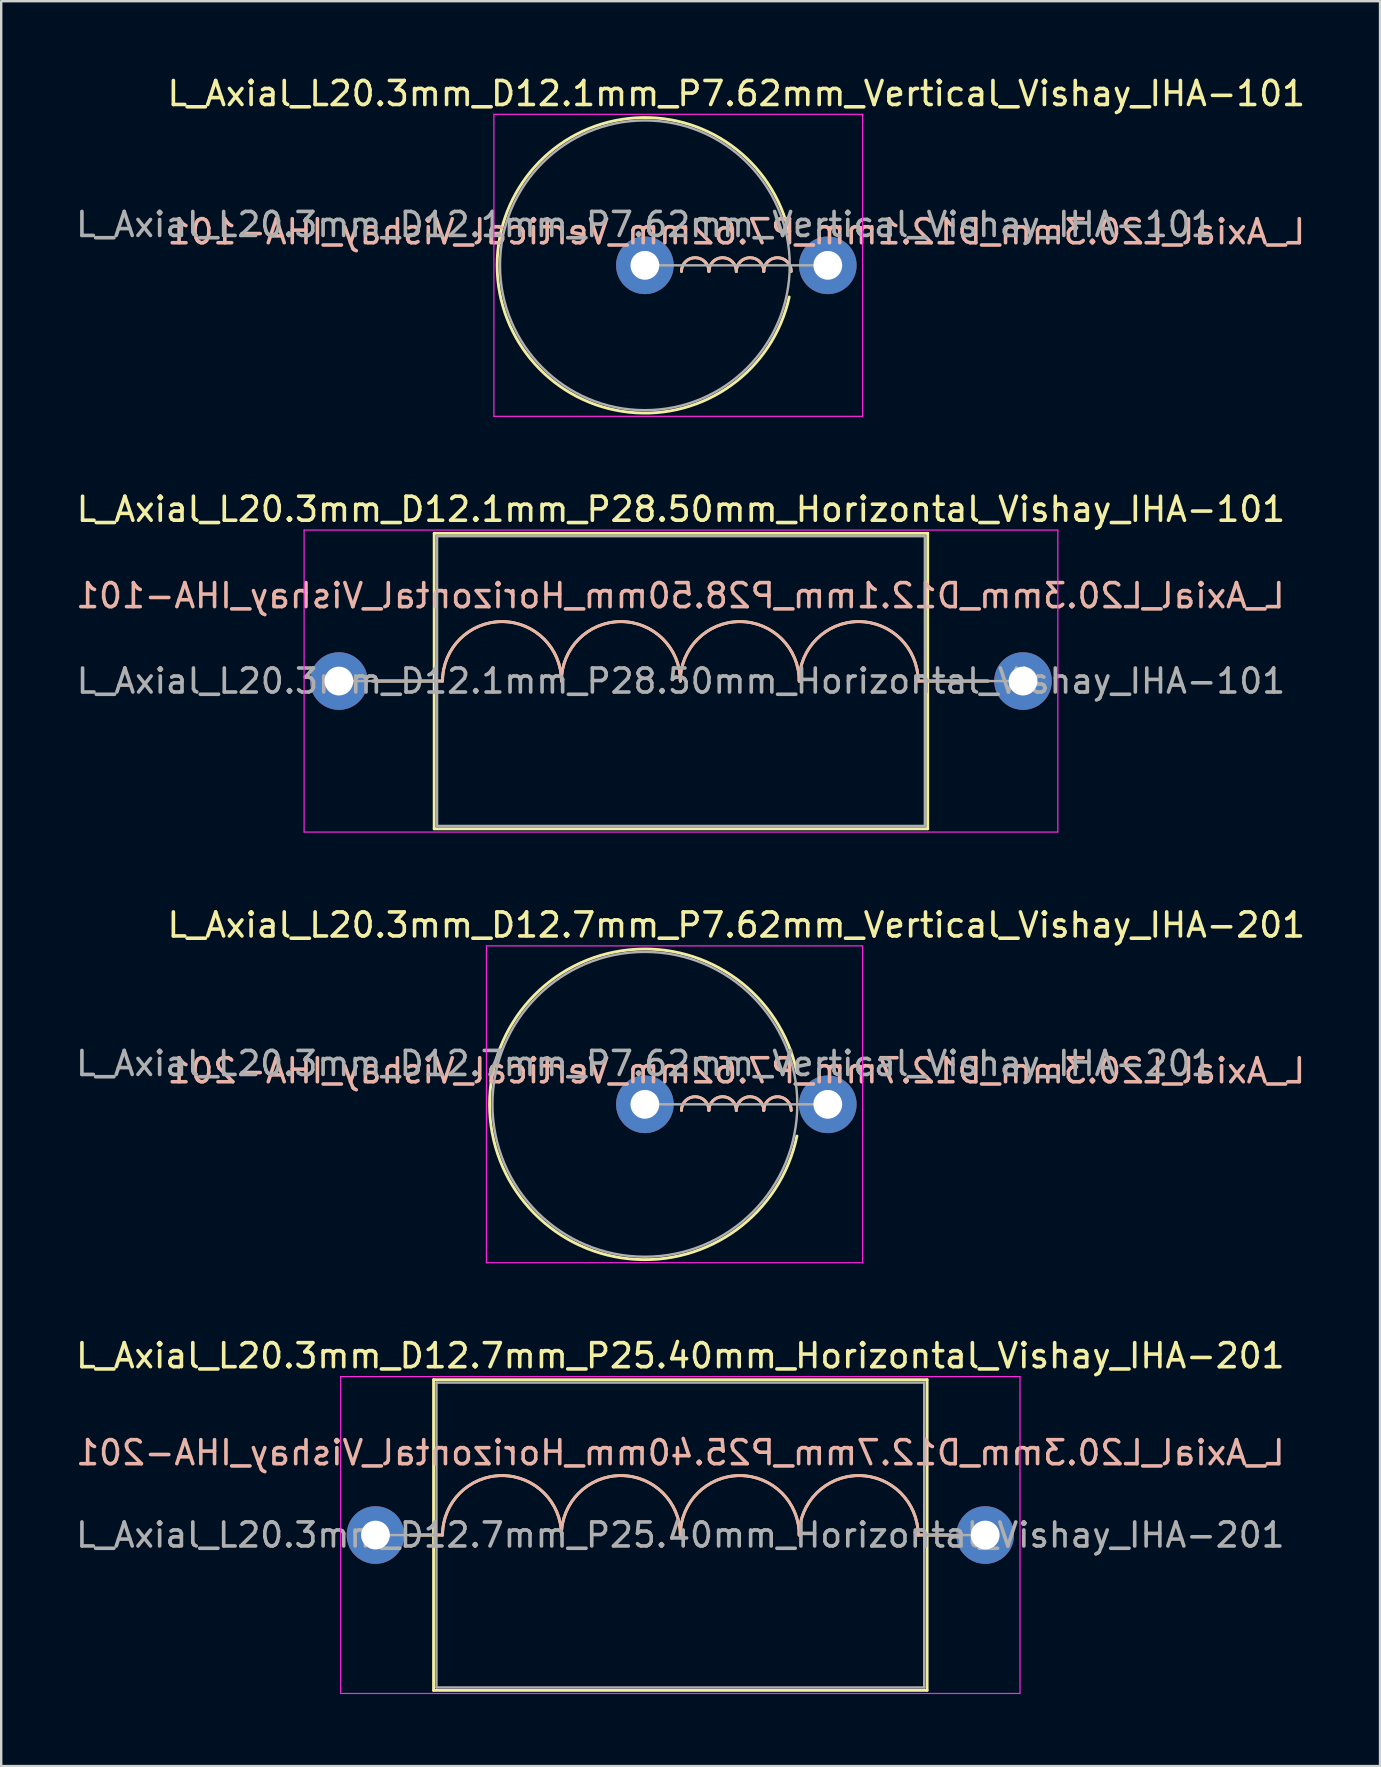
<source format=kicad_pcb>
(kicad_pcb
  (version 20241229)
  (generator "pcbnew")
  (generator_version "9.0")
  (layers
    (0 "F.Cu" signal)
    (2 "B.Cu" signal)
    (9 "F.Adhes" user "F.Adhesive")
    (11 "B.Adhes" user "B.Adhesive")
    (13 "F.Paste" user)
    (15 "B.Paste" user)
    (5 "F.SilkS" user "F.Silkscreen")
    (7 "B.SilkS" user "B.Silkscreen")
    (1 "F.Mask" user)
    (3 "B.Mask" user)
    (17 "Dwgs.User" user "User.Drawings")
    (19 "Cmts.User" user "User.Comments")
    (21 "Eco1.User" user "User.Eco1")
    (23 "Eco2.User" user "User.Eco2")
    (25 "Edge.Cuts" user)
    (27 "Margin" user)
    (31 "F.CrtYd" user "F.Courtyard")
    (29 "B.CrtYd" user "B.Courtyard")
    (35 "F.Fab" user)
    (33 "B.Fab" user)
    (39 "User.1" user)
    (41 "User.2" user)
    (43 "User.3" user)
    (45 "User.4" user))
  (footprint "L_Axial_L20.3mm_D12.7mm_P7.62mm_Vertical_Vishay_IHA-201"
    (layer "F.Cu")
    (at 23.815 42.955)
    (property "Reference" "L_Axial_L20.3mm_D12.7mm_P7.62mm_Vertical_Vishay_IHA-201" (at 3.81 -7.47 0) (layer "F.SilkS") (effects (font (size 1 1) (thickness 0.15))))
    (fp_arc (start 1.524 0.254) (mid 2.0955 -0.3175) (end 2.667 0.254) (stroke (width 0.12) (type solid)) (layer "F.SilkS"))
    (fp_arc (start 2.667 0.254) (mid 3.2385 -0.3175) (end 3.81 0.254) (stroke (width 0.12) (type solid)) (layer "F.SilkS"))
    (fp_arc (start 3.81 0.254) (mid 4.3815 -0.3175) (end 4.953 0.254) (stroke (width 0.12) (type solid)) (layer "F.SilkS"))
    (fp_arc (start 4.953 0.254) (mid 5.5245 -0.3175) (end 6.096 0.254) (stroke (width 0.12) (type solid)) (layer "F.SilkS"))
    (fp_arc (start 6.333917 1.32) (mid -6.47 0) (end 6.333917 -1.32) (stroke (width 0.12) (type solid)) (layer "F.SilkS"))
    (fp_arc (start 1.524 0.254) (mid 2.0955 -0.3175) (end 2.667 0.254) (stroke (width 0.12) (type solid)) (layer "B.SilkS"))
    (fp_arc (start 2.667 0.254) (mid 3.2385 -0.3175) (end 3.81 0.254) (stroke (width 0.12) (type solid)) (layer "B.SilkS"))
    (fp_arc (start 3.81 0.254) (mid 4.3815 -0.3175) (end 4.953 0.254) (stroke (width 0.12) (type solid)) (layer "B.SilkS"))
    (fp_arc (start 4.953 0.254) (mid 5.5245 -0.3175) (end 6.096 0.254) (stroke (width 0.12) (type solid)) (layer "B.SilkS"))
    (fp_line (start -6.6 -6.6) (end -6.6 6.6) (stroke (width 0.05) (type solid)) (layer "F.CrtYd"))
    (fp_line (start -6.6 6.6) (end 9.07 6.6) (stroke (width 0.05) (type solid)) (layer "F.CrtYd"))
    (fp_line (start 9.07 -6.6) (end -6.6 -6.6) (stroke (width 0.05) (type solid)) (layer "F.CrtYd"))
    (fp_line (start 9.07 6.6) (end 9.07 -6.6) (stroke (width 0.05) (type solid)) (layer "F.CrtYd"))
    (fp_line (start 0 0) (end 7.62 0) (stroke (width 0.1) (type solid)) (layer "F.Fab"))
    (fp_circle (center 0 0) (end 6.35 0) (stroke (width 0.1) (type solid)) (fill no) (layer "F.Fab"))
    (fp_text user "${REFERENCE}" (at 3.81 -1.397 0) (layer "B.SilkS") (effects (font (size 1 1) (thickness 0.15)) (justify mirror)))
    (fp_text user "${REFERENCE}" (at 0 -1.7 0) (layer "F.Fab") (effects (font (size 1 1) (thickness 0.15))))
    (pad "1" thru_hole circle (at 0 0) (size 2.4 2.4) (drill 1.2) (layers "*.Cu" "*.Mask"))
    (pad "2" thru_hole oval (at 7.62 0) (size 2.4 2.4) (drill 1.2) (layers "*.Cu" "*.Mask")))
  (footprint "L_Axial_L20.3mm_D12.7mm_P25.40mm_Horizontal_Vishay_IHA-201"
    (layer "F.Cu")
    (at 12.592 60.898)
    (property "Reference" "L_Axial_L20.3mm_D12.7mm_P25.40mm_Horizontal_Vishay_IHA-201" (at 12.7 -7.47 0) (layer "F.SilkS") (effects (font (size 1 1) (thickness 0.15))))
    (fp_line (start 1.44 0) (end 2.42 0) (stroke (width 0.12) (type solid)) (layer "F.SilkS"))
    (fp_line (start 2.42 -6.47) (end 2.42 6.47) (stroke (width 0.12) (type solid)) (layer "F.SilkS"))
    (fp_line (start 2.42 6.47) (end 22.98 6.47) (stroke (width 0.12) (type solid)) (layer "F.SilkS"))
    (fp_line (start 2.794 0) (end 2.42 0) (stroke (width 0.12) (type solid)) (layer "F.SilkS"))
    (fp_line (start 22.606 0) (end 22.98 0) (stroke (width 0.12) (type solid)) (layer "F.SilkS"))
    (fp_line (start 22.98 -6.47) (end 2.42 -6.47) (stroke (width 0.12) (type solid)) (layer "F.SilkS"))
    (fp_line (start 22.98 6.47) (end 22.98 -6.47) (stroke (width 0.12) (type solid)) (layer "F.SilkS"))
    (fp_line (start 23.96 0) (end 22.98 0) (stroke (width 0.12) (type solid)) (layer "F.SilkS"))
    (fp_arc (start 2.794 0) (mid 5.2705 -2.4765) (end 7.747 0) (stroke (width 0.12) (type solid)) (layer "F.SilkS"))
    (fp_arc (start 7.747 0) (mid 10.2235 -2.4765) (end 12.7 0) (stroke (width 0.12) (type solid)) (layer "F.SilkS"))
    (fp_arc (start 12.7 0) (mid 15.1765 -2.4765) (end 17.653 0) (stroke (width 0.12) (type solid)) (layer "F.SilkS"))
    (fp_arc (start 17.653 0) (mid 20.1295 -2.4765) (end 22.606 0) (stroke (width 0.12) (type solid)) (layer "F.SilkS"))
    (fp_line (start 1.44 0) (end 2.42 0) (stroke (width 0.12) (type solid)) (layer "B.SilkS"))
    (fp_line (start 2.794 0) (end 2.42 0) (stroke (width 0.12) (type solid)) (layer "B.SilkS"))
    (fp_line (start 22.606 0) (end 22.98 0) (stroke (width 0.12) (type solid)) (layer "B.SilkS"))
    (fp_line (start 23.96 0) (end 22.98 0) (stroke (width 0.12) (type solid)) (layer "B.SilkS"))
    (fp_arc (start 2.794 0) (mid 5.2705 -2.4765) (end 7.747 0) (stroke (width 0.12) (type solid)) (layer "B.SilkS"))
    (fp_arc (start 7.747 0) (mid 10.2235 -2.4765) (end 12.7 0) (stroke (width 0.12) (type solid)) (layer "B.SilkS"))
    (fp_arc (start 12.7 0) (mid 15.1765 -2.4765) (end 17.653 0) (stroke (width 0.12) (type solid)) (layer "B.SilkS"))
    (fp_arc (start 17.653 0) (mid 20.1295 -2.4765) (end 22.606 0) (stroke (width 0.12) (type solid)) (layer "B.SilkS"))
    (fp_line (start -1.45 -6.6) (end -1.45 6.6) (stroke (width 0.05) (type solid)) (layer "F.CrtYd"))
    (fp_line (start -1.45 6.6) (end 26.85 6.6) (stroke (width 0.05) (type solid)) (layer "F.CrtYd"))
    (fp_line (start 26.85 -6.6) (end -1.45 -6.6) (stroke (width 0.05) (type solid)) (layer "F.CrtYd"))
    (fp_line (start 26.85 6.6) (end 26.85 -6.6) (stroke (width 0.05) (type solid)) (layer "F.CrtYd"))
    (fp_line (start 0 0) (end 2.54 0) (stroke (width 0.1) (type solid)) (layer "F.Fab"))
    (fp_line (start 2.54 -6.35) (end 2.54 6.35) (stroke (width 0.1) (type solid)) (layer "F.Fab"))
    (fp_line (start 2.54 6.35) (end 22.86 6.35) (stroke (width 0.1) (type solid)) (layer "F.Fab"))
    (fp_line (start 22.86 -6.35) (end 2.54 -6.35) (stroke (width 0.1) (type solid)) (layer "F.Fab"))
    (fp_line (start 22.86 6.35) (end 22.86 -6.35) (stroke (width 0.1) (type solid)) (layer "F.Fab"))
    (fp_line (start 25.4 0) (end 22.86 0) (stroke (width 0.1) (type solid)) (layer "F.Fab"))
    (fp_text user "${REFERENCE}" (at 12.7 -3.429 0) (layer "B.SilkS") (effects (font (size 1 1) (thickness 0.15)) (justify mirror)))
    (fp_text user "${REFERENCE}" (at 12.7 0 0) (layer "F.Fab") (effects (font (size 1 1) (thickness 0.15))))
    (pad "1" thru_hole circle (at 0 0) (size 2.4 2.4) (drill 1.2) (layers "*.Cu" "*.Mask"))
    (pad "2" thru_hole oval (at 25.4 0) (size 2.4 2.4) (drill 1.2) (layers "*.Cu" "*.Mask")))
  (footprint "L_Axial_L20.3mm_D12.1mm_P28.50mm_Horizontal_Vishay_IHA-101"
    (layer "F.Cu")
    (at 11.068 25.322)
    (property "Reference" "L_Axial_L20.3mm_D12.1mm_P28.50mm_Horizontal_Vishay_IHA-101" (at 14.25 -7.155 0) (layer "F.SilkS") (effects (font (size 1 1) (thickness 0.15))))
    (fp_line (start 1.44 0) (end 3.97 0) (stroke (width 0.12) (type solid)) (layer "F.SilkS"))
    (fp_line (start 3.97 -6.155) (end 3.97 6.155) (stroke (width 0.12) (type solid)) (layer "F.SilkS"))
    (fp_line (start 3.97 6.155) (end 24.53 6.155) (stroke (width 0.12) (type solid)) (layer "F.SilkS"))
    (fp_line (start 4.318 0) (end 3.97 0) (stroke (width 0.12) (type solid)) (layer "F.SilkS"))
    (fp_line (start 24.13 0) (end 24.511 0) (stroke (width 0.12) (type solid)) (layer "F.SilkS"))
    (fp_line (start 24.53 -6.155) (end 3.97 -6.155) (stroke (width 0.12) (type solid)) (layer "F.SilkS"))
    (fp_line (start 24.53 6.155) (end 24.53 -6.155) (stroke (width 0.12) (type solid)) (layer "F.SilkS"))
    (fp_line (start 27.06 0) (end 24.53 0) (stroke (width 0.12) (type solid)) (layer "F.SilkS"))
    (fp_arc (start 4.318 0) (mid 6.7945 -2.4765) (end 9.271 0) (stroke (width 0.12) (type solid)) (layer "F.SilkS"))
    (fp_arc (start 9.271 0) (mid 11.7475 -2.4765) (end 14.224 0) (stroke (width 0.12) (type solid)) (layer "F.SilkS"))
    (fp_arc (start 14.224 0) (mid 16.7005 -2.4765) (end 19.177 0) (stroke (width 0.12) (type solid)) (layer "F.SilkS"))
    (fp_arc (start 19.177 0) (mid 21.6535 -2.4765) (end 24.13 0) (stroke (width 0.12) (type solid)) (layer "F.SilkS"))
    (fp_line (start 1.388 0) (end 3.918 0) (stroke (width 0.12) (type solid)) (layer "B.SilkS"))
    (fp_line (start 4.318 0) (end 3.937 0) (stroke (width 0.12) (type solid)) (layer "B.SilkS"))
    (fp_line (start 24.13 0) (end 24.478 0) (stroke (width 0.12) (type solid)) (layer "B.SilkS"))
    (fp_line (start 27.008 0) (end 24.478 0) (stroke (width 0.12) (type solid)) (layer "B.SilkS"))
    (fp_arc (start 4.318 0) (mid 6.7945 -2.4765) (end 9.271 0) (stroke (width 0.12) (type solid)) (layer "B.SilkS"))
    (fp_arc (start 9.271 0) (mid 11.7475 -2.4765) (end 14.224 0) (stroke (width 0.12) (type solid)) (layer "B.SilkS"))
    (fp_arc (start 14.224 0) (mid 16.7005 -2.4765) (end 19.177 0) (stroke (width 0.12) (type solid)) (layer "B.SilkS"))
    (fp_arc (start 19.177 0) (mid 21.6535 -2.4765) (end 24.13 0) (stroke (width 0.12) (type solid)) (layer "B.SilkS"))
    (fp_line (start -1.45 -6.29) (end -1.45 6.29) (stroke (width 0.05) (type solid)) (layer "F.CrtYd"))
    (fp_line (start -1.45 6.29) (end 29.95 6.29) (stroke (width 0.05) (type solid)) (layer "F.CrtYd"))
    (fp_line (start 29.95 -6.29) (end -1.45 -6.29) (stroke (width 0.05) (type solid)) (layer "F.CrtYd"))
    (fp_line (start 29.95 6.29) (end 29.95 -6.29) (stroke (width 0.05) (type solid)) (layer "F.CrtYd"))
    (fp_line (start 0 0) (end 4.09 0) (stroke (width 0.1) (type solid)) (layer "F.Fab"))
    (fp_line (start 4.09 -6.035) (end 4.09 6.035) (stroke (width 0.1) (type solid)) (layer "F.Fab"))
    (fp_line (start 4.09 6.035) (end 24.41 6.035) (stroke (width 0.1) (type solid)) (layer "F.Fab"))
    (fp_line (start 24.41 -6.035) (end 4.09 -6.035) (stroke (width 0.1) (type solid)) (layer "F.Fab"))
    (fp_line (start 24.41 6.035) (end 24.41 -6.035) (stroke (width 0.1) (type solid)) (layer "F.Fab"))
    (fp_line (start 28.5 0) (end 24.41 0) (stroke (width 0.1) (type solid)) (layer "F.Fab"))
    (fp_text user "${REFERENCE}" (at 14.224 -3.556 0) (layer "B.SilkS") (effects (font (size 1 1) (thickness 0.15)) (justify mirror)))
    (fp_text user "${REFERENCE}" (at 14.25 0 0) (layer "F.Fab") (effects (font (size 1 1) (thickness 0.15))))
    (pad "1" thru_hole circle (at 0 0) (size 2.4 2.4) (drill 1.2) (layers "*.Cu" "*.Mask"))
    (pad "2" thru_hole oval (at 28.5 0) (size 2.4 2.4) (drill 1.2) (layers "*.Cu" "*.Mask")))
  (footprint "L_Axial_L20.3mm_D12.1mm_P7.62mm_Vertical_Vishay_IHA-101"
    (layer "F.Cu")
    (at 23.815 8.003)
    (property "Reference" "L_Axial_L20.3mm_D12.1mm_P7.62mm_Vertical_Vishay_IHA-101" (at 3.81 -7.155 0) (layer "F.SilkS") (effects (font (size 1 1) (thickness 0.15))))
    (fp_arc (start 1.524 0.254) (mid 2.0955 -0.3175) (end 2.667 0.254) (stroke (width 0.12) (type solid)) (layer "F.SilkS"))
    (fp_arc (start 2.667 0.254) (mid 3.2385 -0.3175) (end 3.81 0.254) (stroke (width 0.12) (type solid)) (layer "F.SilkS"))
    (fp_arc (start 3.81 0.254) (mid 4.3815 -0.3175) (end 4.953 0.254) (stroke (width 0.12) (type solid)) (layer "F.SilkS"))
    (fp_arc (start 4.953 0.254) (mid 5.5245 -0.3175) (end 6.096 0.254) (stroke (width 0.12) (type solid)) (layer "F.SilkS"))
    (fp_arc (start 6.01179 1.32) (mid -6.155 0) (end 6.01179 -1.32) (stroke (width 0.12) (type solid)) (layer "F.SilkS"))
    (fp_arc (start 1.524 0.254) (mid 2.0955 -0.3175) (end 2.667 0.254) (stroke (width 0.12) (type solid)) (layer "B.SilkS"))
    (fp_arc (start 2.667 0.254) (mid 3.2385 -0.3175) (end 3.81 0.254) (stroke (width 0.12) (type solid)) (layer "B.SilkS"))
    (fp_arc (start 3.81 0.254) (mid 4.3815 -0.3175) (end 4.953 0.254) (stroke (width 0.12) (type solid)) (layer "B.SilkS"))
    (fp_arc (start 4.953 0.254) (mid 5.5245 -0.3175) (end 6.096 0.254) (stroke (width 0.12) (type solid)) (layer "B.SilkS"))
    (fp_line (start -6.29 -6.29) (end -6.29 6.29) (stroke (width 0.05) (type solid)) (layer "F.CrtYd"))
    (fp_line (start -6.29 6.29) (end 9.07 6.29) (stroke (width 0.05) (type solid)) (layer "F.CrtYd"))
    (fp_line (start 9.07 -6.29) (end -6.29 -6.29) (stroke (width 0.05) (type solid)) (layer "F.CrtYd"))
    (fp_line (start 9.07 6.29) (end 9.07 -6.29) (stroke (width 0.05) (type solid)) (layer "F.CrtYd"))
    (fp_line (start 0 0) (end 7.62 0) (stroke (width 0.1) (type solid)) (layer "F.Fab"))
    (fp_circle (center 0 0) (end 6.035 0) (stroke (width 0.1) (type solid)) (fill no) (layer "F.Fab"))
    (fp_text user "${REFERENCE}" (at 3.81 -1.397 0) (layer "B.SilkS") (effects (font (size 1 1) (thickness 0.15)) (justify mirror)))
    (fp_text user "${REFERENCE}" (at 0 -1.7 0) (layer "F.Fab") (effects (font (size 1 1) (thickness 0.15))))
    (pad "1" thru_hole circle (at 0 0) (size 2.4 2.4) (drill 1.2) (layers "*.Cu" "*.Mask"))
    (pad "2" thru_hole oval (at 7.62 0) (size 2.4 2.4) (drill 1.2) (layers "*.Cu" "*.Mask")))
  (gr_rect
    (start -3 -3)
    (end 54.441 70.523)
    (stroke (width 0.1) (type default))
    (fill no)
    (layer "Edge.Cuts")))
</source>
